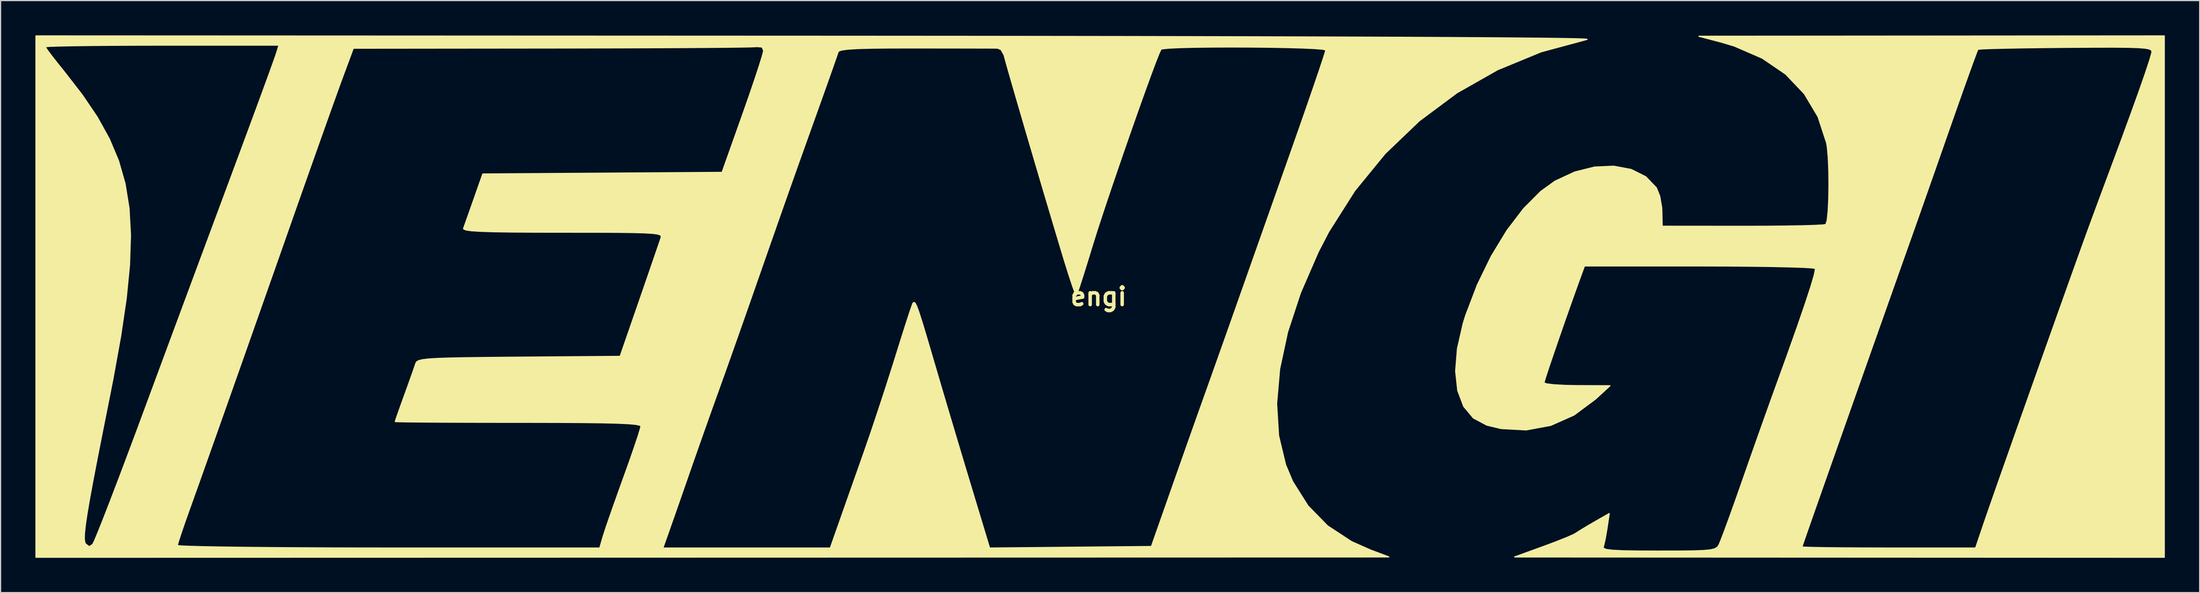
<source format=kicad_pcb>
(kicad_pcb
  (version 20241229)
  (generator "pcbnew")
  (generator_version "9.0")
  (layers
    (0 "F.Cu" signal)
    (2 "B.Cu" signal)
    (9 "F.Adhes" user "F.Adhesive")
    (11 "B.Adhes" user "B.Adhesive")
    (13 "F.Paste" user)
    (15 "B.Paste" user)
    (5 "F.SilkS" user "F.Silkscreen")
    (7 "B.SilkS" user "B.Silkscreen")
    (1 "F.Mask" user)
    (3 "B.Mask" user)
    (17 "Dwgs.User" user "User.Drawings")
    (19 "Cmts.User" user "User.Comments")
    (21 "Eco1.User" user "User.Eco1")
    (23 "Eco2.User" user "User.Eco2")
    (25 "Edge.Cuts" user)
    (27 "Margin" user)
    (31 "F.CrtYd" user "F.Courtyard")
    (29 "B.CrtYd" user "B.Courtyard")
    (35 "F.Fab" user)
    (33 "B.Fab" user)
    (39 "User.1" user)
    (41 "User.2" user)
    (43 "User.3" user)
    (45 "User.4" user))
  (footprint "engi"
    (layer "F.Cu")
    (at 91.596 22.54)
    (property "Reference" "engi" (at 0 0 0) (layer "F.SilkS") (effects (font (size 1.524 1.524) (thickness 0.3))))
    (attr through_hole)
    (fp_poly (pts (xy 91.81 22.49) (xy 90.752 22.489) (xy 90.752 -21.138) (xy 90.709 -21.263) (xy 90.542 -21.36) (xy 90.194 -21.432) (xy 89.61 -21.481) (xy 88.733 -21.51) (xy 87.507 -21.523) (xy 85.876 -21.521) (xy 83.783 -21.508) (xy 83.307 -21.504) (xy 81.377 -21.485) (xy 79.625 -21.461) (xy 78.12 -21.433) (xy 76.929 -21.403) (xy 76.121 -21.372) (xy 75.763 -21.341) (xy 75.753 -21.337) (xy 75.64 -21.068) (xy 75.378 -20.366) (xy 74.991 -19.299) (xy 74.503 -17.935) (xy 73.939 -16.34) (xy 73.392 -14.782) (xy 72.734 -12.898) (xy 72.089 -11.054) (xy 71.491 -9.35) (xy 70.976 -7.882) (xy 70.578 -6.749) (xy 70.39 -6.218) (xy 69.341 -3.257) (xy 68.287 -0.279) (xy 67.243 2.674) (xy 66.223 5.559) (xy 65.243 8.335) (xy 64.317 10.96) (xy 63.46 13.392) (xy 62.687 15.589) (xy 62.013 17.508) (xy 61.451 19.108) (xy 61.018 20.347) (xy 60.729 21.183) (xy 60.596 21.574) (xy 60.59 21.598) (xy 60.843 21.623) (xy 61.559 21.646) (xy 62.671 21.666) (xy 64.112 21.681) (xy 65.817 21.691) (xy 67.717 21.696) (xy 68.074 21.696) (xy 75.559 21.696) (xy 76.253 19.645) (xy 76.529 18.841) (xy 76.959 17.608) (xy 77.518 16.013) (xy 78.182 14.127) (xy 78.925 12.018) (xy 79.725 9.755) (xy 80.556 7.406) (xy 81.395 5.041) (xy 82.216 2.729) (xy 82.995 0.537) (xy 83.708 -1.464) (xy 84.331 -3.207) (xy 84.839 -4.621) (xy 85.208 -5.639) (xy 85.274 -5.821) (xy 85.786 -7.211) (xy 86.343 -8.718) (xy 86.847 -10.077) (xy 86.987 -10.451) (xy 88.03 -13.264) (xy 88.913 -15.678) (xy 89.631 -17.675) (xy 90.177 -19.24) (xy 90.546 -20.354) (xy 90.73 -21) (xy 90.752 -21.138) (xy 90.752 22.489) (xy 63.831 22.476) (xy 35.851 22.463) (xy 38.316 21.568) (xy 39.401 21.162) (xy 40.311 20.8) (xy 40.923 20.531) (xy 41.094 20.436) (xy 41.489 20.179) (xy 42.168 19.769) (xy 42.699 19.461) (xy 43.99 18.722) (xy 43.802 19.978) (xy 43.662 20.802) (xy 43.524 21.434) (xy 43.474 21.597) (xy 43.505 21.727) (xy 43.754 21.823) (xy 44.282 21.89) (xy 45.151 21.932) (xy 46.423 21.954) (xy 48.16 21.96) (xy 48.249 21.96) (xy 49.979 21.957) (xy 51.254 21.943) (xy 52.15 21.91) (xy 52.743 21.851) (xy 53.105 21.757) (xy 53.314 21.622) (xy 53.443 21.437) (xy 53.446 21.432) (xy 53.619 21.023) (xy 53.932 20.201) (xy 54.352 19.055) (xy 54.847 17.672) (xy 55.386 16.139) (xy 55.409 16.074) (xy 56.041 14.266) (xy 56.717 12.348) (xy 57.379 10.483) (xy 57.967 8.837) (xy 58.303 7.908) (xy 59.342 5.032) (xy 60.199 2.614) (xy 60.871 0.659) (xy 61.357 -0.826) (xy 61.654 -1.835) (xy 61.76 -2.36) (xy 61.75 -2.43) (xy 61.464 -2.479) (xy 60.708 -2.524) (xy 59.541 -2.563) (xy 58.022 -2.597) (xy 56.21 -2.622) (xy 54.163 -2.639) (xy 51.942 -2.646) (xy 51.736 -2.646) (xy 41.856 -2.646) (xy 41.541 -1.786) (xy 41.1 -0.564) (xy 40.609 0.816) (xy 40.101 2.264) (xy 39.606 3.691) (xy 39.155 5.008) (xy 38.778 6.123) (xy 38.508 6.949) (xy 38.374 7.394) (xy 38.365 7.442) (xy 38.611 7.536) (xy 39.279 7.615) (xy 40.259 7.667) (xy 41.209 7.683) (xy 44.053 7.694) (xy 42.81 8.838) (xy 40.959 10.217) (xy 38.954 11.108) (xy 36.842 11.501) (xy 34.674 11.383) (xy 33.447 11.088) (xy 32.295 10.475) (xy 31.459 9.471) (xy 30.946 8.113) (xy 30.764 6.438) (xy 30.92 4.486) (xy 31.422 2.293) (xy 31.632 1.619) (xy 32.639 -1.022) (xy 33.838 -3.485) (xy 35.181 -5.697) (xy 36.621 -7.587) (xy 38.108 -9.08) (xy 39.319 -9.953) (xy 41.018 -10.744) (xy 42.734 -11.174) (xy 44.381 -11.247) (xy 45.873 -10.969) (xy 47.126 -10.346) (xy 48.047 -9.392) (xy 48.341 -8.663) (xy 48.509 -7.688) (xy 48.524 -7.386) (xy 48.551 -6.068) (xy 55.526 -6.062) (xy 57.395 -6.066) (xy 59.088 -6.082) (xy 60.532 -6.106) (xy 61.657 -6.139) (xy 62.392 -6.178) (xy 62.663 -6.219) (xy 62.774 -6.588) (xy 62.856 -7.36) (xy 62.907 -8.411) (xy 62.926 -9.615) (xy 62.913 -10.847) (xy 62.866 -11.984) (xy 62.784 -12.899) (xy 62.725 -13.258) (xy 61.984 -15.523) (xy 60.801 -17.508) (xy 59.194 -19.197) (xy 57.181 -20.572) (xy 54.779 -21.617) (xy 53.615 -21.965) (xy 51.726 -22.46) (xy 71.768 -22.475) (xy 91.81 -22.49) (xy 91.81 0) (xy 91.81 22.49)) (stroke (width 0.1) (type solid)) (fill yes) (layer "F.SilkS"))
    (fp_poly (pts (xy 42.083 -22.195) (xy 42.069 -22.19) (xy 38.117 -21.12) (xy 34.371 -19.574) (xy 30.861 -17.579) (xy 27.62 -15.16) (xy 24.679 -12.34) (xy 22.07 -9.147) (xy 19.825 -5.604) (xy 19.579 -5.129) (xy 19.579 -21.273) (xy 19.328 -21.341) (xy 18.632 -21.4) (xy 17.573 -21.449) (xy 16.235 -21.487) (xy 14.702 -21.515) (xy 13.057 -21.532) (xy 11.382 -21.538) (xy 9.762 -21.531) (xy 8.28 -21.513) (xy 7.02 -21.482) (xy 6.064 -21.437) (xy 5.496 -21.38) (xy 5.378 -21.342) (xy 5.226 -21.03) (xy 4.93 -20.286) (xy 4.516 -19.18) (xy 4.007 -17.782) (xy 3.429 -16.163) (xy 2.806 -14.392) (xy 2.161 -12.538) (xy 1.521 -10.673) (xy 0.908 -8.867) (xy 0.348 -7.188) (xy -0.135 -5.708) (xy -0.516 -4.495) (xy -0.543 -4.406) (xy -0.973 -3.003) (xy -1.353 -1.788) (xy -1.655 -0.845) (xy -1.853 -0.262) (xy -1.915 -0.114) (xy -2.021 -0.317) (xy -2.247 -0.943) (xy -2.565 -1.906) (xy -2.945 -3.122) (xy -3.144 -3.778) (xy -3.705 -5.652) (xy -4.304 -7.663) (xy -4.921 -9.744) (xy -5.535 -11.829) (xy -6.129 -13.849) (xy -6.681 -15.738) (xy -7.173 -17.429) (xy -7.584 -18.855) (xy -7.895 -19.947) (xy -8.087 -20.64) (xy -8.136 -20.836) (xy -8.4 -21.305) (xy -8.696 -21.44) (xy -9.071 -21.443) (xy -9.899 -21.446) (xy -11.101 -21.448) (xy -12.601 -21.451) (xy -14.321 -21.453) (xy -15.738 -21.455) (xy -17.866 -21.451) (xy -19.517 -21.434) (xy -20.743 -21.401) (xy -21.597 -21.349) (xy -22.13 -21.277) (xy -22.395 -21.18) (xy -22.445 -21.115) (xy -22.56 -20.773) (xy -22.826 -20.011) (xy -23.216 -18.906) (xy -23.702 -17.535) (xy -24.258 -15.978) (xy -24.484 -15.346) (xy -25.086 -13.664) (xy -25.598 -12.23) (xy -26.051 -10.957) (xy -26.476 -9.759) (xy -26.904 -8.547) (xy -27.366 -7.235) (xy -27.891 -5.736) (xy -28.512 -3.961) (xy -28.853 -2.984) (xy -28.853 -21.215) (xy -28.981 -21.531) (xy -29.467 -21.576) (xy -29.567 -21.564) (xy -29.954 -21.547) (xy -30.822 -21.53) (xy -32.127 -21.514) (xy -33.82 -21.499) (xy -35.855 -21.486) (xy -38.185 -21.474) (xy -40.763 -21.464) (xy -43.543 -21.456) (xy -46.478 -21.45) (xy -47.254 -21.449) (xy -64.212 -21.431) (xy -65.168 -18.852) (xy -65.483 -17.989) (xy -65.944 -16.705) (xy -66.525 -15.078) (xy -67.197 -13.186) (xy -67.933 -11.107) (xy -68.705 -8.92) (xy -69.33 -7.144) (xy -70.608 -3.505) (xy -70.608 -21.696) (xy -80.68 -21.696) (xy -82.93 -21.692) (xy -85.005 -21.682) (xy -86.847 -21.666) (xy -88.4 -21.645) (xy -89.605 -21.619) (xy -90.406 -21.59) (xy -90.745 -21.559) (xy -90.752 -21.553) (xy -90.595 -21.3) (xy -90.174 -20.734) (xy -89.558 -19.95) (xy -89.091 -19.37) (xy -87.553 -17.383) (xy -86.27 -15.483) (xy -85.234 -13.613) (xy -84.438 -11.716) (xy -83.873 -9.737) (xy -83.531 -7.618) (xy -83.406 -5.304) (xy -83.489 -2.738) (xy -83.771 0.137) (xy -84.247 3.376) (xy -84.907 7.037) (xy -85.214 8.599) (xy -85.793 11.504) (xy -86.271 13.933) (xy -86.654 15.93) (xy -86.949 17.537) (xy -87.162 18.796) (xy -87.301 19.75) (xy -87.373 20.442) (xy -87.385 20.914) (xy -87.342 21.208) (xy -87.272 21.347) (xy -86.954 21.584) (xy -86.653 21.378) (xy -86.499 21.064) (xy -86.183 20.305) (xy -85.726 19.156) (xy -85.149 17.67) (xy -84.472 15.899) (xy -83.717 13.898) (xy -82.903 11.719) (xy -82.433 10.451) (xy -81.479 7.872) (xy -80.477 5.164) (xy -79.465 2.431) (xy -78.481 -0.224) (xy -77.564 -2.697) (xy -76.752 -4.884) (xy -76.084 -6.683) (xy -76.06 -6.747) (xy -74.802 -10.135) (xy -73.724 -13.043) (xy -72.822 -15.483) (xy -72.091 -17.471) (xy -71.525 -19.02) (xy -71.12 -20.145) (xy -70.869 -20.859) (xy -70.79 -21.101) (xy -70.608 -21.696) (xy -70.608 -3.505) (xy -70.863 -2.78) (xy -72.293 1.285) (xy -73.609 5.023) (xy -74.803 8.407) (xy -75.864 11.409) (xy -76.782 14.002) (xy -77.547 16.158) (xy -78.151 17.85) (xy -78.289 18.235) (xy -78.709 19.42) (xy -79.053 20.425) (xy -79.287 21.145) (xy -79.375 21.474) (xy -79.375 21.476) (xy -79.118 21.513) (xy -78.374 21.548) (xy -77.186 21.58) (xy -75.597 21.61) (xy -73.65 21.636) (xy -71.388 21.658) (xy -68.852 21.675) (xy -66.086 21.688) (xy -63.133 21.695) (xy -61.173 21.696) (xy -42.972 21.696) (xy -42.685 20.704) (xy -42.497 20.117) (xy -42.165 19.144) (xy -41.728 17.896) (xy -41.224 16.482) (xy -40.911 15.613) (xy -40.411 14.218) (xy -39.984 12.985) (xy -39.657 12.006) (xy -39.464 11.37) (xy -39.423 11.181) (xy -39.528 11.094) (xy -39.87 11.023) (xy -40.489 10.966) (xy -41.425 10.922) (xy -42.718 10.889) (xy -44.408 10.867) (xy -46.535 10.854) (xy -49.14 10.848) (xy -50.006 10.848) (xy -52.314 10.846) (xy -54.449 10.842) (xy -56.354 10.834) (xy -57.973 10.824) (xy -59.251 10.813) (xy -60.131 10.799) (xy -60.558 10.785) (xy -60.59 10.78) (xy -60.506 10.518) (xy -60.28 9.874) (xy -59.955 8.964) (xy -59.774 8.464) (xy -59.393 7.407) (xy -59.072 6.501) (xy -58.861 5.891) (xy -58.818 5.758) (xy -58.745 5.632) (xy -58.576 5.531) (xy -58.258 5.45) (xy -57.736 5.387) (xy -56.958 5.339) (xy -55.87 5.303) (xy -54.418 5.275) (xy -52.55 5.252) (xy -50.211 5.231) (xy -49.947 5.229) (xy -41.217 5.159) (xy -39.525 0.265) (xy -38.993 -1.276) (xy -38.514 -2.667) (xy -38.117 -3.821) (xy -37.832 -4.653) (xy -37.689 -5.078) (xy -37.684 -5.093) (xy -37.67 -5.22) (xy -37.755 -5.321) (xy -37.99 -5.4) (xy -38.428 -5.459) (xy -39.12 -5.501) (xy -40.118 -5.529) (xy -41.475 -5.546) (xy -43.242 -5.554) (xy -45.472 -5.556) (xy -46.18 -5.556) (xy -48.637 -5.56) (xy -50.607 -5.573) (xy -52.136 -5.597) (xy -53.265 -5.634) (xy -54.039 -5.685) (xy -54.501 -5.751) (xy -54.695 -5.835) (xy -54.703 -5.887) (xy -54.564 -6.275) (xy -54.298 -7.026) (xy -53.954 -8.002) (xy -53.815 -8.397) (xy -53.049 -10.577) (xy -42.741 -10.646) (xy -32.433 -10.716) (xy -30.649 -15.743) (xy -30.104 -17.299) (xy -29.625 -18.704) (xy -29.239 -19.876) (xy -28.974 -20.73) (xy -28.856 -21.183) (xy -28.853 -21.215) (xy -28.853 -2.984) (xy -29.258 -1.824) (xy -29.756 -0.397) (xy -30.406 1.459) (xy -31.077 3.367) (xy -31.722 5.193) (xy -32.294 6.804) (xy -32.747 8.067) (xy -32.795 8.202) (xy -33.318 9.659) (xy -33.937 11.401) (xy -34.576 13.215) (xy -35.16 14.885) (xy -35.182 14.949) (xy -35.69 16.411) (xy -36.186 17.835) (xy -36.621 19.079) (xy -36.945 20.002) (xy -37.005 20.174) (xy -37.542 21.696) (xy -30.326 21.696) (xy -23.11 21.696) (xy -22.295 19.381) (xy -21.894 18.241) (xy -21.379 16.779) (xy -20.812 15.17) (xy -20.255 13.591) (xy -20.174 13.361) (xy -19.621 11.76) (xy -18.982 9.85) (xy -18.322 7.831) (xy -17.706 5.902) (xy -17.474 5.159) (xy -17.02 3.704) (xy -16.616 2.433) (xy -16.29 1.428) (xy -16.067 0.773) (xy -15.978 0.551) (xy -15.892 0.507) (xy -15.792 0.596) (xy -15.656 0.879) (xy -15.464 1.416) (xy -15.194 2.265) (xy -14.827 3.487) (xy -14.341 5.141) (xy -14.179 5.693) (xy -13.611 7.629) (xy -12.947 9.875) (xy -12.244 12.236) (xy -11.562 14.515) (xy -11.053 16.206) (xy -9.393 21.697) (xy -2.42 21.63) (xy 4.553 21.564) (xy 6.274 16.669) (xy 6.868 14.98) (xy 7.46 13.302) (xy 8.005 11.759) (xy 8.46 10.477) (xy 8.752 9.657) (xy 9.287 8.158) (xy 9.953 6.285) (xy 10.706 4.163) (xy 11.501 1.917) (xy 12.293 -0.327) (xy 12.785 -1.72) (xy 13.106 -2.631) (xy 13.573 -3.955) (xy 14.156 -5.608) (xy 14.825 -7.505) (xy 15.549 -9.56) (xy 16.3 -11.688) (xy 16.648 -12.674) (xy 17.349 -14.669) (xy 17.989 -16.509) (xy 18.549 -18.134) (xy 19.008 -19.483) (xy 19.345 -20.495) (xy 19.539 -21.112) (xy 19.579 -21.273) (xy 19.579 -5.129) (xy 18.91 -3.836) (xy 17.384 -0.314) (xy 16.277 3.057) (xy 15.593 6.252) (xy 15.334 9.242) (xy 15.504 12.003) (xy 16.105 14.508) (xy 16.717 15.963) (xy 18.041 18.063) (xy 19.721 19.781) (xy 21.778 21.137) (xy 23.416 21.866) (xy 25.003 22.462) (xy -33.271 22.476) (xy -91.546 22.49) (xy -91.546 0) (xy -91.546 -22.49) (xy -24.143 -22.461) (xy -17.03 -22.457) (xy -10.263 -22.452) (xy -3.852 -22.444) (xy 2.191 -22.436) (xy 7.854 -22.425) (xy 13.127 -22.413) (xy 17.997 -22.4) (xy 22.454 -22.385) (xy 26.486 -22.369) (xy 30.082 -22.351) (xy 33.231 -22.332) (xy 35.92 -22.312) (xy 38.139 -22.291) (xy 39.876 -22.268) (xy 41.12 -22.245) (xy 41.859 -22.22) (xy 42.083 -22.195)) (stroke (width 0.1) (type solid)) (fill yes) (layer "F.SilkS")))
  (gr_rect
    (start -3 -3)
    (end 186.456 48.079)
    (stroke (width 0.1) (type default))
    (fill no)
    (layer "Edge.Cuts")))
</source>
